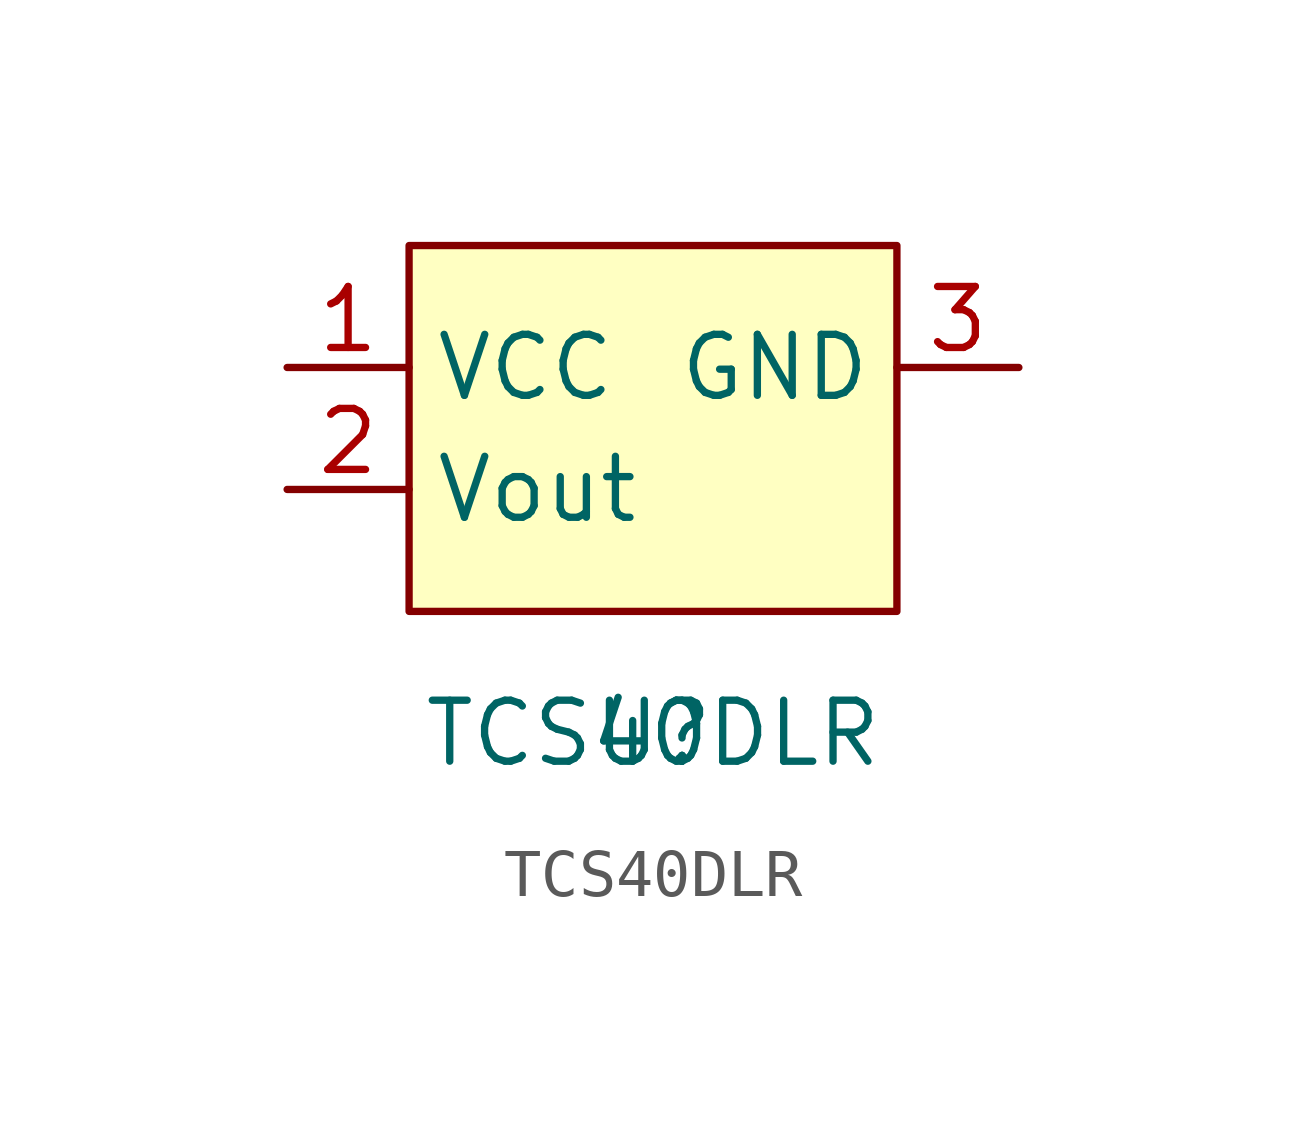
<source format=kicad_sym>
(kicad_symbol_lib
  (version 20211014)
  (generator kicad_symbol_editor)
  (symbol "TCS40DLR"
    (property "Reference" "U"
      (at 0 0 0)
      (effects (font (size 1.27 1.27))))
    (property "Value" "TCS40DLR"
      (at 0 0 0)
      (effects (font (size 1.27 1.27))))
    (symbol "TCS40DLR_0_1"
      (rectangle (start -5.08 10.16) (end 5.08 2.54) (stroke (width 0) (type default) (color 0 0 0 0)) (fill (type background))))
    (symbol "TCS40DLR_1_1"
      (pin power_in line (at -7.62 7.62 0) (length 2.54) (name "VCC" (effects (font (size 1.27 1.27)))) (number "1" (effects (font (size 1.27 1.27)))))
      (pin open_collector line (at -7.62 5.08 0) (length 2.54) (name "Vout" (effects (font (size 1.27 1.27)))) (number "2" (effects (font (size 1.27 1.27)))))
      (pin power_in line (at 7.62 7.62 180) (length 2.54) (name "GND" (effects (font (size 1.27 1.27)))) (number "3" (effects (font (size 1.27 1.27))))))))
</source>
